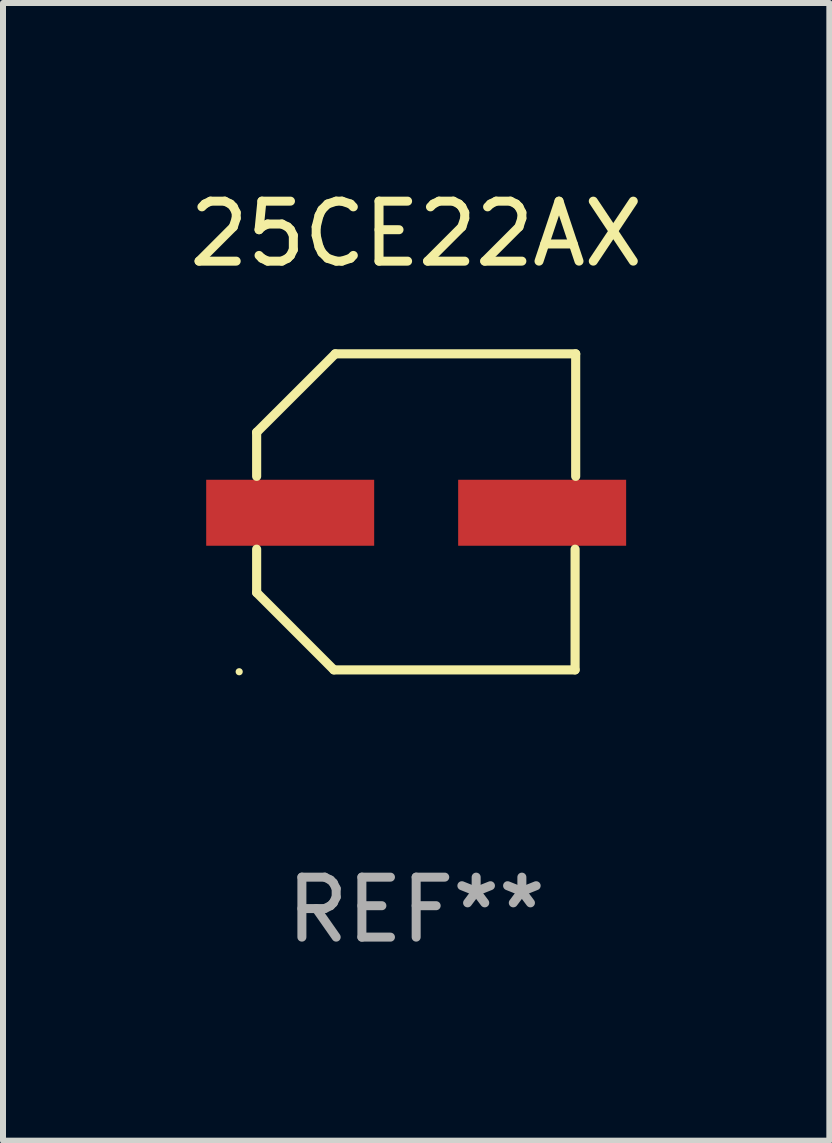
<source format=kicad_pcb>
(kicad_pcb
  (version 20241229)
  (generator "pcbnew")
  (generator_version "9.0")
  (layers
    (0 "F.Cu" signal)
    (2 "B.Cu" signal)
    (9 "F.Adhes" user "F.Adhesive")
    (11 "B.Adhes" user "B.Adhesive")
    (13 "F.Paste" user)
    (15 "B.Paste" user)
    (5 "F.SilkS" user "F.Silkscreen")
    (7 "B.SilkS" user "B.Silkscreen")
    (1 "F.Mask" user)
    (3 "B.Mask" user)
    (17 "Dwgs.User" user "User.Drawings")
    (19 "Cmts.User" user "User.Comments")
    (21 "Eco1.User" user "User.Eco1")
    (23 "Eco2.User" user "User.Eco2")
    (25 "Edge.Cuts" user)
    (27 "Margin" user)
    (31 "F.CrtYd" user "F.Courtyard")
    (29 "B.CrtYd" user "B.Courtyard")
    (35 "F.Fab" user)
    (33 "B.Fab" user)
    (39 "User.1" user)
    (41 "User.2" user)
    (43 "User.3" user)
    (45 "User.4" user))
  (footprint "25CE22AX"
    (layer "F.Cu")
    (at 3.887 5.482)
    (property "Reference" "25CE22AX" (at 0 -4.634 0) (layer "F.SilkS") (effects (font (size 1 1) (thickness 0.15))))
    (attr through_hole)
    (fp_line (start -2.659 -1.326) (end -2.659 -0.592) (stroke (width 0.152) (type solid)) (layer "F.SilkS"))
    (fp_line (start -2.659 1.346) (end -2.659 0.622) (stroke (width 0.152) (type solid)) (layer "F.SilkS"))
    (fp_line (start -1.372 2.634) (end -2.659 1.346) (stroke (width 0.152) (type solid)) (layer "F.SilkS"))
    (fp_line (start -1.349 -2.634) (end -2.659 -1.326) (stroke (width 0.152) (type solid)) (layer "F.SilkS"))
    (fp_line (start 2.649 0.622) (end 2.649 2.634) (stroke (width 0.152) (type solid)) (layer "F.SilkS"))
    (fp_line (start 2.649 2.634) (end -1.372 2.634) (stroke (width 0.152) (type solid)) (layer "F.SilkS"))
    (fp_line (start 2.659 -2.634) (end -1.349 -2.634) (stroke (width 0.152) (type solid)) (layer "F.SilkS"))
    (fp_line (start 2.659 -0.592) (end 2.659 -2.634) (stroke (width 0.152) (type solid)) (layer "F.SilkS"))
    (fp_circle (center -2.95 2.665) (end -2.92 2.665) (stroke (width 0.06) (type solid)) (fill no) (layer "F.SilkS"))
    (fp_text user "REF**" (at 0 6.634 0) (layer "F.Fab") (effects (font (size 1 1) (thickness 0.15))))
    (pad "1" smd rect (at -2.1 0.015) (size 2.8 1.1) (layers "F.Cu" "F.Mask" "F.Paste"))
    (pad "2" smd rect (at 2.1 0.015) (size 2.8 1.1) (layers "F.Cu" "F.Mask" "F.Paste")))
  (gr_rect
    (start -3 -3)
    (end 10.774 15.964)
    (stroke (width 0.1) (type default))
    (fill no)
    (layer "Edge.Cuts")))
</source>
